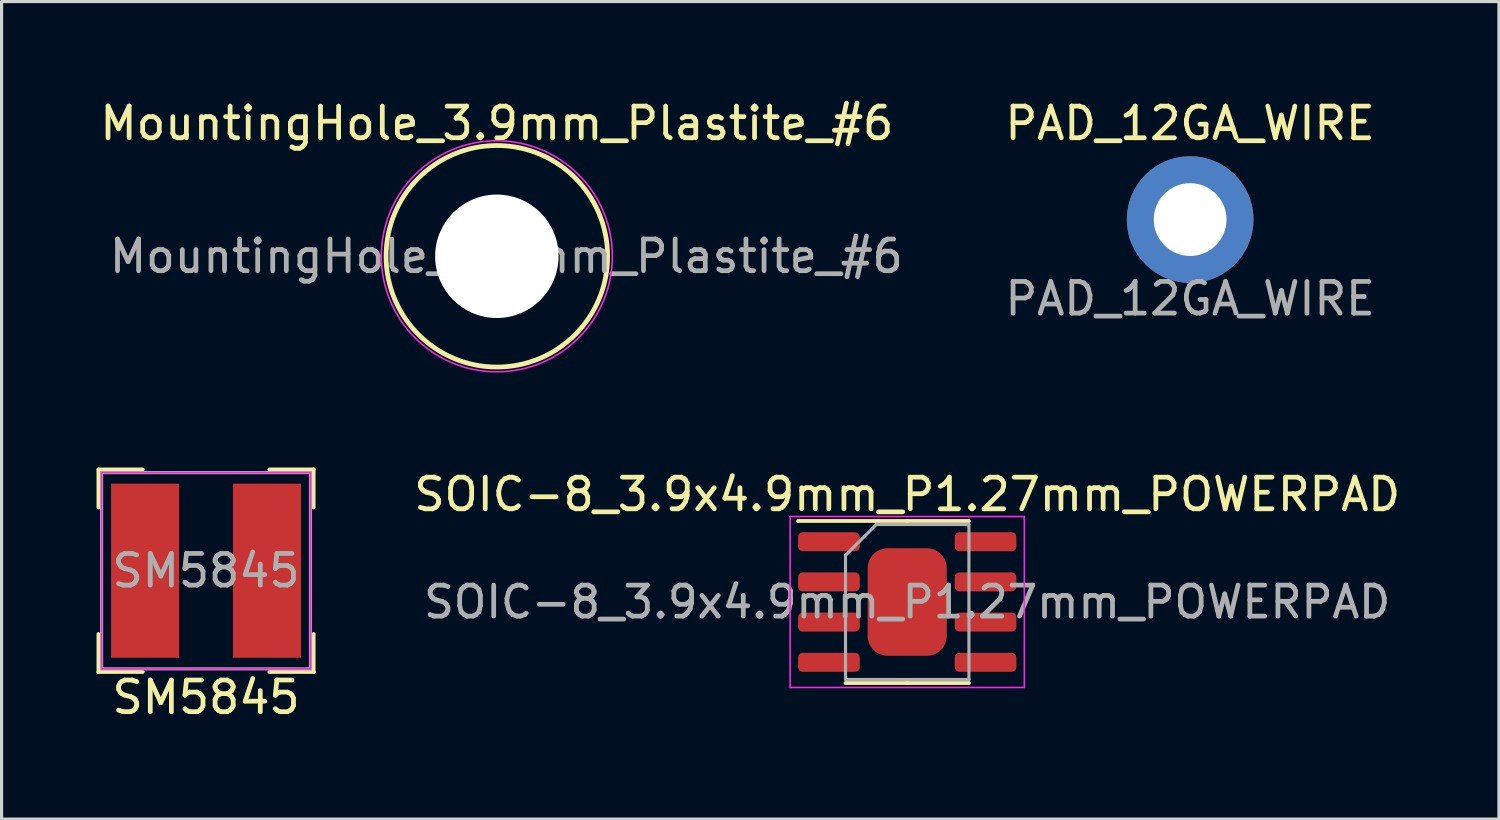
<source format=kicad_pcb>
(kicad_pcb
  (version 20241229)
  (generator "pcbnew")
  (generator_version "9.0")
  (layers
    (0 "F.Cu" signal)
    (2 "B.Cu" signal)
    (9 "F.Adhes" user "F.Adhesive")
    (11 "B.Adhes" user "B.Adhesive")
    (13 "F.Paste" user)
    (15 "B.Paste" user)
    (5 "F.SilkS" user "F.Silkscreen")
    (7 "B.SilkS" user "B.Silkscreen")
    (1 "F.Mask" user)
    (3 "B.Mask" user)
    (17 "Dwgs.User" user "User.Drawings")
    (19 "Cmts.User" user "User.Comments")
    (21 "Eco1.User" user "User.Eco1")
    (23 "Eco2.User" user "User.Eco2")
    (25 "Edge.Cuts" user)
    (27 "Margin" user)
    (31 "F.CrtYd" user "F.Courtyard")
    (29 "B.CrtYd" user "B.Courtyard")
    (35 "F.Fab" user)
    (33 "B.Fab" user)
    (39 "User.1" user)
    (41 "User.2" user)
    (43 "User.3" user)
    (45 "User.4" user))
  (footprint "SM5845"
    (layer "F.Cu")
    (at 3.46 14.983)
    (property "Reference" "SM5845" (at 0 4 0) (layer "F.SilkS") (effects (font (size 1 1) (thickness 0.15))))
    (attr smd)
    (fp_line (start -3.4 -3.2) (end -3.4 -2) (stroke (width 0.12) (type solid)) (layer "F.SilkS"))
    (fp_line (start -3.4 -3.2) (end -2 -3.2) (stroke (width 0.12) (type solid)) (layer "F.SilkS"))
    (fp_line (start -3.4 3.2) (end -3.4 2) (stroke (width 0.12) (type solid)) (layer "F.SilkS"))
    (fp_line (start -3.4 3.2) (end -2 3.2) (stroke (width 0.12) (type solid)) (layer "F.SilkS"))
    (fp_line (start 3.4 -3.2) (end 2 -3.2) (stroke (width 0.12) (type solid)) (layer "F.SilkS"))
    (fp_line (start 3.4 -3.2) (end 3.4 -2) (stroke (width 0.12) (type solid)) (layer "F.SilkS"))
    (fp_line (start 3.4 3.2) (end 2 3.2) (stroke (width 0.12) (type solid)) (layer "F.SilkS"))
    (fp_line (start 3.4 3.2) (end 3.4 2) (stroke (width 0.12) (type solid)) (layer "F.SilkS"))
    (fp_line (start -3.3 -3.1) (end -3.3 3.1) (stroke (width 0.05) (type solid)) (layer "F.CrtYd"))
    (fp_line (start -3.3 -3.1) (end 3.3 -3.1) (stroke (width 0.05) (type solid)) (layer "F.CrtYd"))
    (fp_line (start 3.3 -3.1) (end 3.3 3.1) (stroke (width 0.05) (type solid)) (layer "F.CrtYd"))
    (fp_line (start 3.3 3.1) (end -3.3 3.1) (stroke (width 0.05) (type solid)) (layer "F.CrtYd"))
    (fp_line (start -3.3 -3.1) (end -3.3 3.1) (stroke (width 0.1) (type solid)) (layer "F.Fab"))
    (fp_line (start -3.3 -3.1) (end 3.3 -3.1) (stroke (width 0.1) (type solid)) (layer "F.Fab"))
    (fp_line (start 3.3 -3.1) (end 3.3 3.1) (stroke (width 0.1) (type solid)) (layer "F.Fab"))
    (fp_line (start 3.3 3.1) (end -3.3 3.1) (stroke (width 0.1) (type solid)) (layer "F.Fab"))
    (fp_text user "${REFERENCE}" (at 0 0 0) (layer "F.Fab") (effects (font (size 1 1) (thickness 0.15))))
    (pad "1" smd rect (at -1.925 0) (size 2.15 5.5) (layers "F.Cu" "F.Mask" "F.Paste"))
    (pad "2" smd rect (at 1.925 0) (size 2.15 5.5) (layers "F.Cu" "F.Mask" "F.Paste")))
  (footprint "SOIC-8_3.9x4.9mm_P1.27mm_POWERPAD"
    (layer "F.Cu")
    (at 25.616 15.972)
    (property "Reference" "SOIC-8_3.9x4.9mm_P1.27mm_POWERPAD" (at 0 -3.4 0) (layer "F.SilkS") (effects (font (size 1 1) (thickness 0.15))))
    (attr smd)
    (fp_line (start 0 -2.56) (end -3.45 -2.56) (stroke (width 0.12) (type solid)) (layer "F.SilkS"))
    (fp_line (start 0 -2.56) (end 1.95 -2.56) (stroke (width 0.12) (type solid)) (layer "F.SilkS"))
    (fp_line (start 0 2.56) (end -1.95 2.56) (stroke (width 0.12) (type solid)) (layer "F.SilkS"))
    (fp_line (start 0 2.56) (end 1.95 2.56) (stroke (width 0.12) (type solid)) (layer "F.SilkS"))
    (fp_line (start -3.7 -2.7) (end -3.7 2.7) (stroke (width 0.05) (type solid)) (layer "F.CrtYd"))
    (fp_line (start -3.7 2.7) (end 3.7 2.7) (stroke (width 0.05) (type solid)) (layer "F.CrtYd"))
    (fp_line (start 3.7 -2.7) (end -3.7 -2.7) (stroke (width 0.05) (type solid)) (layer "F.CrtYd"))
    (fp_line (start 3.7 2.7) (end 3.7 -2.7) (stroke (width 0.05) (type solid)) (layer "F.CrtYd"))
    (fp_line (start -1.95 -1.475) (end -0.975 -2.45) (stroke (width 0.1) (type solid)) (layer "F.Fab"))
    (fp_line (start -1.95 2.45) (end -1.95 -1.475) (stroke (width 0.1) (type solid)) (layer "F.Fab"))
    (fp_line (start -0.975 -2.45) (end 1.95 -2.45) (stroke (width 0.1) (type solid)) (layer "F.Fab"))
    (fp_line (start 1.95 -2.45) (end 1.95 2.45) (stroke (width 0.1) (type solid)) (layer "F.Fab"))
    (fp_line (start 1.95 2.45) (end -1.95 2.45) (stroke (width 0.1) (type solid)) (layer "F.Fab"))
    (fp_text user "${REFERENCE}" (at 0 0 0) (layer "F.Fab") (effects (font (size 0.98 0.98) (thickness 0.15))))
    (pad "1" smd roundrect (at -2.475 -1.905) (size 1.95 0.6) (layers "F.Cu" "F.Mask" "F.Paste") (roundrect_rratio 0.25))
    (pad "2" smd roundrect (at -2.475 -0.635) (size 1.95 0.6) (layers "F.Cu" "F.Mask" "F.Paste") (roundrect_rratio 0.25))
    (pad "3" smd roundrect (at -2.475 0.635) (size 1.95 0.6) (layers "F.Cu" "F.Mask" "F.Paste") (roundrect_rratio 0.25))
    (pad "4" smd roundrect (at -2.475 1.905) (size 1.95 0.6) (layers "F.Cu" "F.Mask" "F.Paste") (roundrect_rratio 0.25))
    (pad "5" smd roundrect (at 2.475 1.905) (size 1.95 0.6) (layers "F.Cu" "F.Mask" "F.Paste") (roundrect_rratio 0.25))
    (pad "6" smd roundrect (at 2.475 0.635) (size 1.95 0.6) (layers "F.Cu" "F.Mask" "F.Paste") (roundrect_rratio 0.25))
    (pad "7" smd roundrect (at 2.475 -0.635) (size 1.95 0.6) (layers "F.Cu" "F.Mask" "F.Paste") (roundrect_rratio 0.25))
    (pad "8" smd roundrect (at 2.475 -1.905) (size 1.95 0.6) (layers "F.Cu" "F.Mask" "F.Paste") (roundrect_rratio 0.25))
    (pad "PAD" smd roundrect (at 0 0) (size 2.5 3.4) (layers "F.Cu" "F.Mask" "F.Paste") (roundrect_rratio 0.25)))
  (footprint "MountingHole_3.9mm_Plastite_#6"
    (layer "F.Cu")
    (at 12.649 5.048)
    (property "Reference" "MountingHole_3.9mm_Plastite_#6" (at 0 -4.2 0) (layer "F.SilkS") (effects (font (size 1 1) (thickness 0.15))))
    (attr exclude_from_pos_files exclude_from_bom)
    (fp_circle (center 0 0) (end 3.5 0) (stroke (width 0.15) (type solid)) (fill no) (layer "F.SilkS"))
    (fp_circle (center 0 0) (end 3.65 0) (stroke (width 0.05) (type solid)) (fill no) (layer "F.CrtYd"))
    (fp_text user "${REFERENCE}" (at 0.3 0 0) (layer "F.Fab") (effects (font (size 1 1) (thickness 0.15))))
    (pad "" np_thru_hole circle (at 0 0) (size 3.9 3.9) (drill 3.9) (layers "*.Cu" "*.Mask")))
  (footprint "PAD_12GA_WIRE"
    (layer "F.Cu")
    (at 34.556 3.888)
    (property "Reference" "PAD_12GA_WIRE" (at 0 -3.04 0) (unlocked yes) (layer "F.SilkS") (effects (font (size 1 1) (thickness 0.15))))
    (attr through_hole)
    (fp_text user "${REFERENCE}" (at 0 2.5 0) (unlocked yes) (layer "F.Fab") (effects (font (size 1 1) (thickness 0.15))))
    (pad "1" thru_hole circle (at 0 0) (size 4 4) (drill 2.3) (layers "*.Cu" "*.Mask")))
  (gr_rect
    (start -3 -3)
    (end 44.313 22.831)
    (stroke (width 0.1) (type default))
    (fill no)
    (layer "Edge.Cuts")))
</source>
